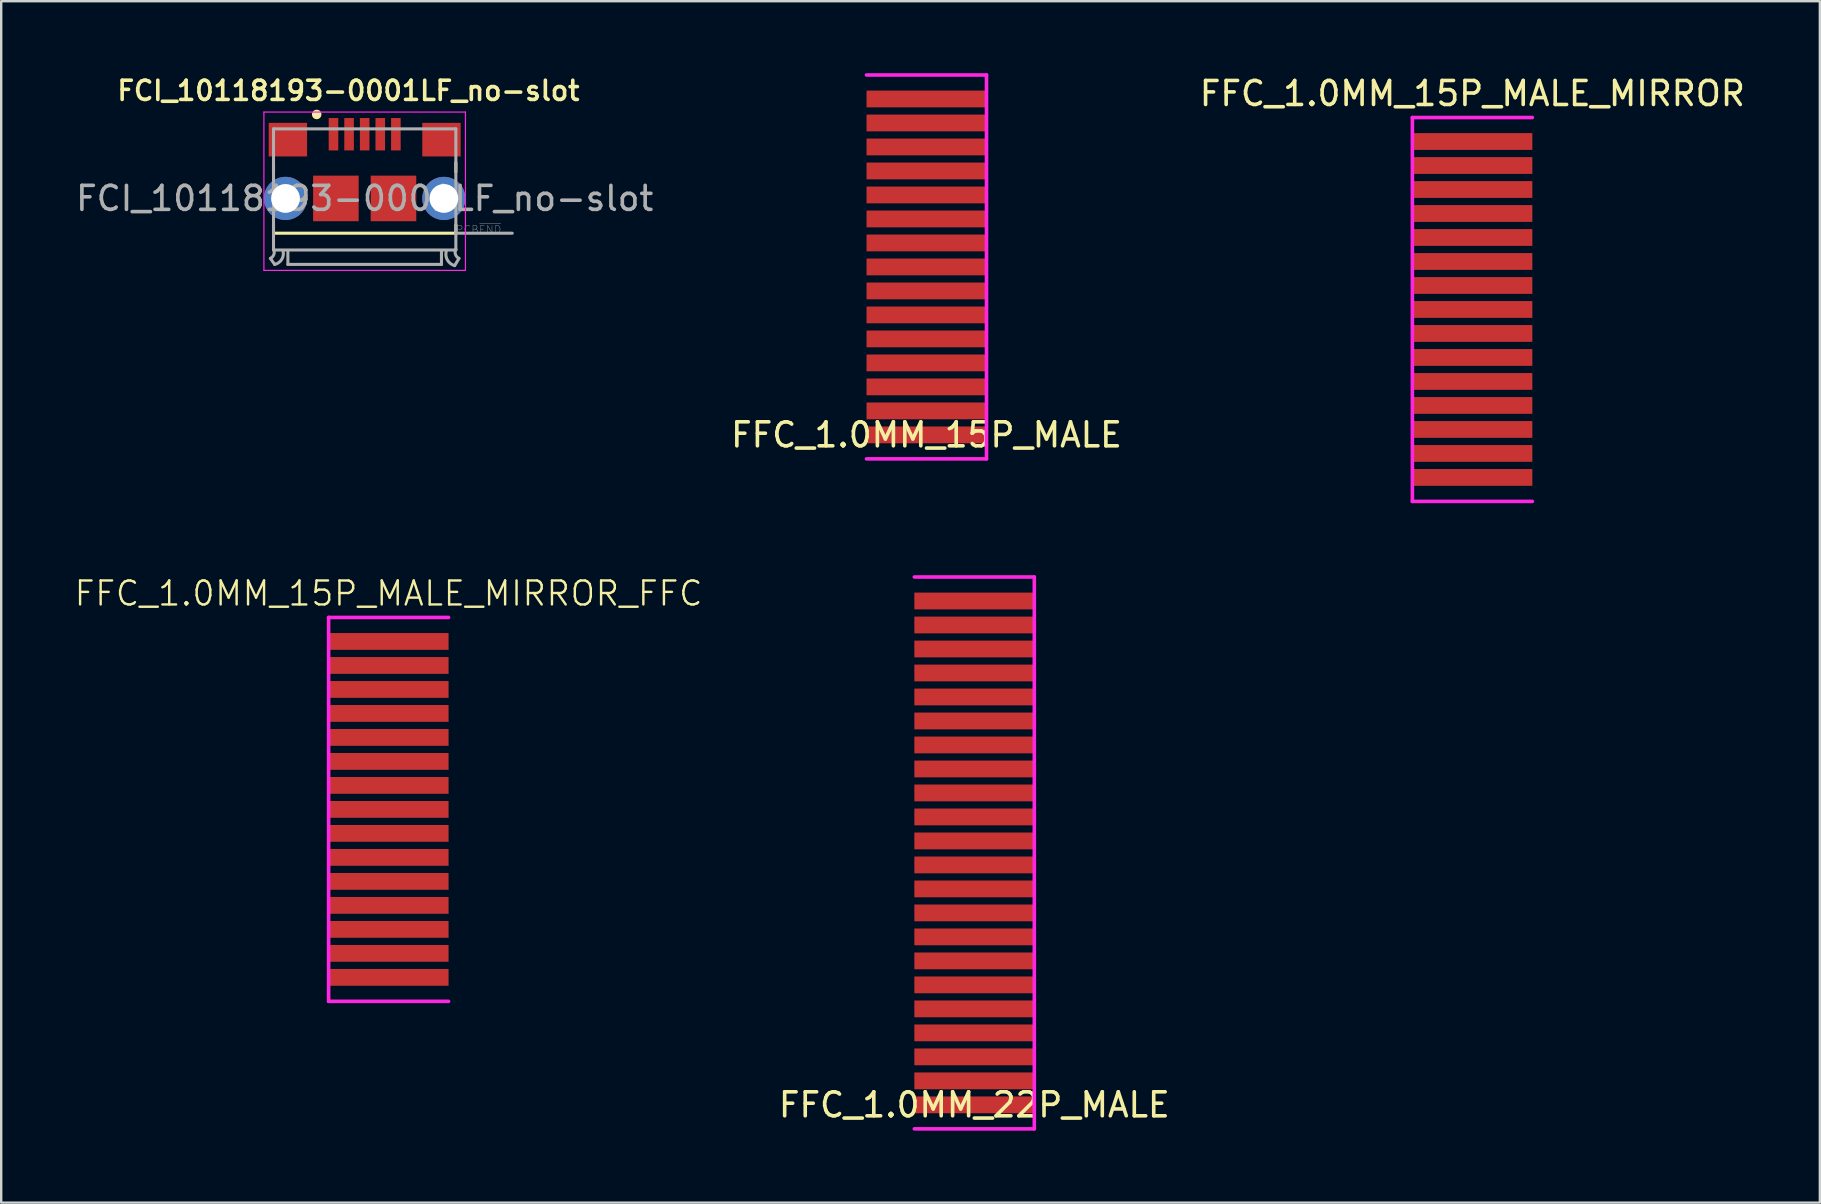
<source format=kicad_pcb>
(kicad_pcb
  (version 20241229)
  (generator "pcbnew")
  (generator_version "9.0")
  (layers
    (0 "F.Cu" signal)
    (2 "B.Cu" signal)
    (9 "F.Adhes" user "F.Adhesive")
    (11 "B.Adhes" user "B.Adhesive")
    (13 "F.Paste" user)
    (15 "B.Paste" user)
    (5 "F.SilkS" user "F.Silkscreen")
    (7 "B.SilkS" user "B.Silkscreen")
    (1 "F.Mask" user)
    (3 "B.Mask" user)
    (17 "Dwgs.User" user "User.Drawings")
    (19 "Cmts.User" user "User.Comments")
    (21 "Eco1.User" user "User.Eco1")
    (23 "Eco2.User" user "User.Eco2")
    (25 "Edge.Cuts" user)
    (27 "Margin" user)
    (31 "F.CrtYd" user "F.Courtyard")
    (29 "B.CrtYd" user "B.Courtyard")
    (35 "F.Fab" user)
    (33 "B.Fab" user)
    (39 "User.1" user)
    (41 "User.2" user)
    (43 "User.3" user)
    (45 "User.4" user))
  (footprint "FCI_10118193-0001LF_no-slot"
    (layer "F.Cu")
    (at 12.149 5.22)
    (property "Reference" "FCI_10118193-0001LF_no-slot" (at -0.679 -4.489 0) (layer "F.SilkS") (effects (font (size 0.8 0.8) (thickness 0.15))))
    (attr through_hole)
    (fp_line (start -3.8 -1.5) (end -3.8 -1.1) (stroke (width 0.127) (type solid)) (layer "F.SilkS"))
    (fp_line (start -3.8 1.1) (end -3.8 1.4) (stroke (width 0.127) (type solid)) (layer "F.SilkS"))
    (fp_line (start -3.8 1.45) (end 3.8 1.45) (stroke (width 0.127) (type solid)) (layer "F.SilkS"))
    (fp_line (start 3.8 -1.1) (end 3.8 -1.5) (stroke (width 0.127) (type solid)) (layer "F.SilkS"))
    (fp_line (start 3.8 1.1) (end 3.8 1.4) (stroke (width 0.127) (type solid)) (layer "F.SilkS"))
    (fp_circle (center -2 -3.5) (end -1.9 -3.5) (stroke (width 0.2) (type solid)) (fill no) (layer "F.SilkS"))
    (fp_line (start -4.2 -3.6) (end -4.2 3) (stroke (width 0.05) (type solid)) (layer "F.CrtYd"))
    (fp_line (start -4.2 3) (end 4.2 3) (stroke (width 0.05) (type solid)) (layer "F.CrtYd"))
    (fp_line (start 4.2 -3.6) (end -4.2 -3.6) (stroke (width 0.05) (type solid)) (layer "F.CrtYd"))
    (fp_line (start 4.2 3) (end 4.2 -3.6) (stroke (width 0.05) (type solid)) (layer "F.CrtYd"))
    (fp_line (start -3.93 2.5) (end -3.75 2.75) (stroke (width 0.127) (type solid)) (layer "F.Fab"))
    (fp_line (start -3.8 -2.9) (end 3.8 -2.9) (stroke (width 0.127) (type solid)) (layer "F.Fab"))
    (fp_line (start -3.8 2.1) (end -3.8 -2.9) (stroke (width 0.127) (type solid)) (layer "F.Fab"))
    (fp_line (start -3.8 2.15) (end -3.8 2.1) (stroke (width 0.127) (type solid)) (layer "F.Fab"))
    (fp_line (start -3.2 2.2) (end -3.2 2.75) (stroke (width 0.127) (type solid)) (layer "F.Fab"))
    (fp_line (start -3.2 2.75) (end 3.2 2.75) (stroke (width 0.127) (type solid)) (layer "F.Fab"))
    (fp_line (start 3.2 2.75) (end 3.2 2.2) (stroke (width 0.127) (type solid)) (layer "F.Fab"))
    (fp_line (start 3.8 -2.9) (end 3.8 1.45) (stroke (width 0.127) (type solid)) (layer "F.Fab"))
    (fp_line (start 3.8 1.45) (end 3.8 2.15) (stroke (width 0.127) (type solid)) (layer "F.Fab"))
    (fp_line (start 3.8 1.45) (end 6.15 1.45) (stroke (width 0.127) (type solid)) (layer "F.Fab"))
    (fp_line (start 3.8 2.15) (end -3.8 2.15) (stroke (width 0.127) (type solid)) (layer "F.Fab"))
    (fp_line (start 3.93 2.5) (end 3.75 2.8) (stroke (width 0.127) (type solid)) (layer "F.Fab"))
    (fp_arc (start -3.8 2.1) (mid -3.782157 2.326924) (end -3.93 2.5) (stroke (width 0.127) (type solid)) (layer "F.Fab"))
    (fp_arc (start -3.4 2.2) (mid -3.461091 2.547487) (end -3.75 2.75) (stroke (width 0.127) (type solid)) (layer "F.Fab"))
    (fp_arc (start 3.75 2.8) (mid 3.450736 2.572487) (end 3.4 2.2) (stroke (width 0.127) (type solid)) (layer "F.Fab"))
    (fp_arc (start 3.93 2.5) (mid 3.782157 2.326924) (end 3.8 2.1) (stroke (width 0.127) (type solid)) (layer "F.Fab"))
    (fp_text user "${REFERENCE}" (at 0 0 0) (layer "F.Fab") (effects (font (size 1 1) (thickness 0.15))))
    (fp_text user "PCB~{END}" (at 4.75 1.3 0) (layer "F.Fab") (effects (font (size 0.32 0.32) (thickness 0.015))))
    (pad "1" smd rect (at -1.3 -2.675) (size 0.4 1.35) (layers "F.Cu" "F.Mask" "F.Paste"))
    (pad "2" smd rect (at -0.65 -2.675) (size 0.4 1.35) (layers "F.Cu" "F.Mask" "F.Paste"))
    (pad "3" smd rect (at 0 -2.675) (size 0.4 1.35) (layers "F.Cu" "F.Mask" "F.Paste"))
    (pad "4" smd rect (at 0.65 -2.675) (size 0.4 1.35) (layers "F.Cu" "F.Mask" "F.Paste"))
    (pad "5" smd rect (at 1.3 -2.675) (size 0.4 1.35) (layers "F.Cu" "F.Mask" "F.Paste"))
    (pad "S1" smd rect (at -3.2 -2.45) (size 1.6 1.4) (layers "F.Cu" "F.Mask" "F.Paste"))
    (pad "S2" smd rect (at 3.2 -2.45) (size 1.6 1.4) (layers "F.Cu" "F.Mask" "F.Paste"))
    (pad "S3" smd rect (at 1.2 0) (size 1.9 1.9) (layers "F.Cu" "F.Mask" "F.Paste"))
    (pad "S4" smd rect (at -1.2 0) (size 1.9 1.9) (layers "F.Cu" "F.Mask" "F.Paste"))
    (pad "S5" thru_hole circle (at -3.3 0) (size 1.8 1.8) (drill 1.2) (layers "*.Cu" "*.Mask"))
    (pad "S6" thru_hole circle (at 3.3 0) (size 1.8 1.8) (drill 1.2) (layers "*.Cu" "*.Mask")))
  (footprint "FFC_1.0MM_15P_MALE"
    (layer "F.Cu")
    (at 38.065 8.075)
    (property "Reference" "FFC_1.0MM_15P_MALE" (at -2.5 7 0) (layer "F.SilkS") (effects (font (size 1 1) (thickness 0.15))))
    (attr through_hole)
    (fp_line (start -5 -8) (end 0 -8) (stroke (width 0.15) (type solid)) (layer "F.CrtYd"))
    (fp_line (start 0 -8) (end 0 8) (stroke (width 0.15) (type solid)) (layer "F.CrtYd"))
    (fp_line (start 0 8) (end -5 8) (stroke (width 0.15) (type solid)) (layer "F.CrtYd"))
    (pad "1" smd rect (at -2.5 -7) (size 5 0.7) (layers "F.Cu" "F.Mask"))
    (pad "2" smd rect (at -2.5 -6) (size 5 0.7) (layers "F.Cu" "F.Mask"))
    (pad "3" smd rect (at -2.5 -5) (size 5 0.7) (layers "F.Cu" "F.Mask"))
    (pad "4" smd rect (at -2.5 -4) (size 5 0.7) (layers "F.Cu" "F.Mask"))
    (pad "5" smd rect (at -2.5 -3) (size 5 0.7) (layers "F.Cu" "F.Mask"))
    (pad "6" smd rect (at -2.5 -2) (size 5 0.7) (layers "F.Cu" "F.Mask"))
    (pad "7" smd rect (at -2.5 -1) (size 5 0.7) (layers "F.Cu" "F.Mask"))
    (pad "8" smd rect (at -2.5 0) (size 5 0.7) (layers "F.Cu" "F.Mask"))
    (pad "9" smd rect (at -2.5 1) (size 5 0.7) (layers "F.Cu" "F.Mask"))
    (pad "10" smd rect (at -2.5 2) (size 5 0.7) (layers "F.Cu" "F.Mask"))
    (pad "11" smd rect (at -2.5 3) (size 5 0.7) (layers "F.Cu" "F.Mask"))
    (pad "12" smd rect (at -2.5 4) (size 5 0.7) (layers "F.Cu" "F.Mask"))
    (pad "13" smd rect (at -2.5 5) (size 5 0.7) (layers "F.Cu" "F.Mask"))
    (pad "14" smd rect (at -2.5 6) (size 5 0.7) (layers "F.Cu" "F.Mask"))
    (pad "15" smd rect (at -2.5 7) (size 5 0.7) (layers "F.Cu" "F.Mask")))
  (footprint "FFC_1.0MM_15P_MALE_MIRROR_FFC"
    (layer "F.Cu")
    (at 10.645 30.684)
    (property "Reference" "FFC_1.0MM_15P_MALE_MIRROR_FFC" (at 2.5 -9 0) (layer "F.SilkS") (effects (font (size 1 1) (thickness 0.1))))
    (attr through_hole)
    (fp_line (start 0 -8) (end 0 8) (stroke (width 0.15) (type solid)) (layer "F.CrtYd"))
    (fp_line (start 0 8) (end 5 8) (stroke (width 0.15) (type solid)) (layer "F.CrtYd"))
    (fp_line (start 5 -8) (end 0 -8) (stroke (width 0.15) (type solid)) (layer "F.CrtYd"))
    (pad "1" smd rect (at 2.5 -7) (size 5 0.7) (layers "F.Cu" "F.Mask"))
    (pad "2" smd rect (at 2.5 -6) (size 5 0.7) (layers "F.Cu" "F.Mask"))
    (pad "3" smd rect (at 2.5 -5) (size 5 0.7) (layers "F.Cu" "F.Mask"))
    (pad "4" smd rect (at 2.5 -4) (size 5 0.7) (layers "F.Cu" "F.Mask"))
    (pad "5" smd rect (at 2.5 -3) (size 5 0.7) (layers "F.Cu" "F.Mask"))
    (pad "6" smd rect (at 2.5 -2) (size 5 0.7) (layers "F.Cu" "F.Mask"))
    (pad "7" smd rect (at 2.5 -1) (size 5 0.7) (layers "F.Cu" "F.Mask"))
    (pad "8" smd rect (at 2.5 0) (size 5 0.7) (layers "F.Cu" "F.Mask"))
    (pad "9" smd rect (at 2.5 1) (size 5 0.7) (layers "F.Cu" "F.Mask"))
    (pad "10" smd rect (at 2.5 2) (size 5 0.7) (layers "F.Cu" "F.Mask"))
    (pad "11" smd rect (at 2.5 3) (size 5 0.7) (layers "F.Cu" "F.Mask"))
    (pad "12" smd rect (at 2.5 4) (size 5 0.7) (layers "F.Cu" "F.Mask"))
    (pad "13" smd rect (at 2.5 5) (size 5 0.7) (layers "F.Cu" "F.Mask"))
    (pad "14" smd rect (at 2.5 6) (size 5 0.7) (layers "F.Cu" "F.Mask"))
    (pad "15" smd rect (at 2.5 7) (size 5 0.7) (layers "F.Cu" "F.Mask")))
  (footprint "FFC_1.0MM_22P_MALE"
    (layer "F.Cu")
    (at 40.058 32.498)
    (property "Reference" "FFC_1.0MM_22P_MALE" (at -2.5 10.5 0) (layer "F.SilkS") (effects (font (size 1 1) (thickness 0.15))))
    (attr through_hole)
    (fp_line (start -5 -11.5) (end 0 -11.5) (stroke (width 0.15) (type solid)) (layer "F.CrtYd"))
    (fp_line (start 0 -11.5) (end 0 11.5) (stroke (width 0.15) (type solid)) (layer "F.CrtYd"))
    (fp_line (start 0 11.5) (end -5 11.5) (stroke (width 0.15) (type solid)) (layer "F.CrtYd"))
    (pad "1" smd rect (at -2.5 -10.5) (size 5 0.7) (layers "F.Cu" "F.Mask"))
    (pad "2" smd rect (at -2.5 -9.5) (size 5 0.7) (layers "F.Cu" "F.Mask"))
    (pad "3" smd rect (at -2.5 -8.5) (size 5 0.7) (layers "F.Cu" "F.Mask"))
    (pad "4" smd rect (at -2.5 -7.5) (size 5 0.7) (layers "F.Cu" "F.Mask"))
    (pad "5" smd rect (at -2.5 -6.5) (size 5 0.7) (layers "F.Cu" "F.Mask"))
    (pad "6" smd rect (at -2.5 -5.5) (size 5 0.7) (layers "F.Cu" "F.Mask"))
    (pad "7" smd rect (at -2.5 -4.5) (size 5 0.7) (layers "F.Cu" "F.Mask"))
    (pad "8" smd rect (at -2.5 -3.5) (size 5 0.7) (layers "F.Cu" "F.Mask"))
    (pad "9" smd rect (at -2.5 -2.5) (size 5 0.7) (layers "F.Cu" "F.Mask"))
    (pad "10" smd rect (at -2.5 -1.5) (size 5 0.7) (layers "F.Cu" "F.Mask"))
    (pad "11" smd rect (at -2.5 -0.5) (size 5 0.7) (layers "F.Cu" "F.Mask"))
    (pad "12" smd rect (at -2.5 0.5) (size 5 0.7) (layers "F.Cu" "F.Mask"))
    (pad "13" smd rect (at -2.5 1.5) (size 5 0.7) (layers "F.Cu" "F.Mask"))
    (pad "14" smd rect (at -2.5 2.5) (size 5 0.7) (layers "F.Cu" "F.Mask"))
    (pad "15" smd rect (at -2.5 3.5) (size 5 0.7) (layers "F.Cu" "F.Mask"))
    (pad "16" smd rect (at -2.5 4.5) (size 5 0.7) (layers "F.Cu" "F.Mask"))
    (pad "17" smd rect (at -2.5 5.5) (size 5 0.7) (layers "F.Cu" "F.Mask"))
    (pad "18" smd rect (at -2.5 6.5) (size 5 0.7) (layers "F.Cu" "F.Mask"))
    (pad "19" smd rect (at -2.5 7.5) (size 5 0.7) (layers "F.Cu" "F.Mask"))
    (pad "20" smd rect (at -2.5 8.5) (size 5 0.7) (layers "F.Cu" "F.Mask"))
    (pad "21" smd rect (at -2.5 9.5) (size 5 0.7) (layers "F.Cu" "F.Mask"))
    (pad "22" smd rect (at -2.5 10.5) (size 5 0.7) (layers "F.Cu" "F.Mask")))
  (footprint "FFC_1.0MM_15P_MALE_MIRROR"
    (layer "F.Cu")
    (at 55.815 9.848)
    (property "Reference" "FFC_1.0MM_15P_MALE_MIRROR" (at 2.5 -9 0) (layer "F.SilkS") (effects (font (size 1 1) (thickness 0.15))))
    (attr through_hole)
    (fp_line (start 0 -8) (end 0 8) (stroke (width 0.15) (type solid)) (layer "F.CrtYd"))
    (fp_line (start 0 8) (end 5 8) (stroke (width 0.15) (type solid)) (layer "F.CrtYd"))
    (fp_line (start 5 -8) (end 0 -8) (stroke (width 0.15) (type solid)) (layer "F.CrtYd"))
    (pad "1" smd rect (at 2.5 -7) (size 5 0.7) (layers "F.Cu" "F.Mask"))
    (pad "2" smd rect (at 2.5 -6) (size 5 0.7) (layers "F.Cu" "F.Mask"))
    (pad "3" smd rect (at 2.5 -5) (size 5 0.7) (layers "F.Cu" "F.Mask"))
    (pad "4" smd rect (at 2.5 -4) (size 5 0.7) (layers "F.Cu" "F.Mask"))
    (pad "5" smd rect (at 2.5 -3) (size 5 0.7) (layers "F.Cu" "F.Mask"))
    (pad "6" smd rect (at 2.5 -2) (size 5 0.7) (layers "F.Cu" "F.Mask"))
    (pad "7" smd rect (at 2.5 -1) (size 5 0.7) (layers "F.Cu" "F.Mask"))
    (pad "8" smd rect (at 2.5 0) (size 5 0.7) (layers "F.Cu" "F.Mask"))
    (pad "9" smd rect (at 2.5 1) (size 5 0.7) (layers "F.Cu" "F.Mask"))
    (pad "10" smd rect (at 2.5 2) (size 5 0.7) (layers "F.Cu" "F.Mask"))
    (pad "11" smd rect (at 2.5 3) (size 5 0.7) (layers "F.Cu" "F.Mask"))
    (pad "12" smd rect (at 2.5 4) (size 5 0.7) (layers "F.Cu" "F.Mask"))
    (pad "13" smd rect (at 2.5 5) (size 5 0.7) (layers "F.Cu" "F.Mask"))
    (pad "14" smd rect (at 2.5 6) (size 5 0.7) (layers "F.Cu" "F.Mask"))
    (pad "15" smd rect (at 2.5 7) (size 5 0.7) (layers "F.Cu" "F.Mask")))
  (gr_rect
    (start -3 -3)
    (end 72.798 47.073)
    (stroke (width 0.1) (type default))
    (fill no)
    (layer "Edge.Cuts")))
</source>
